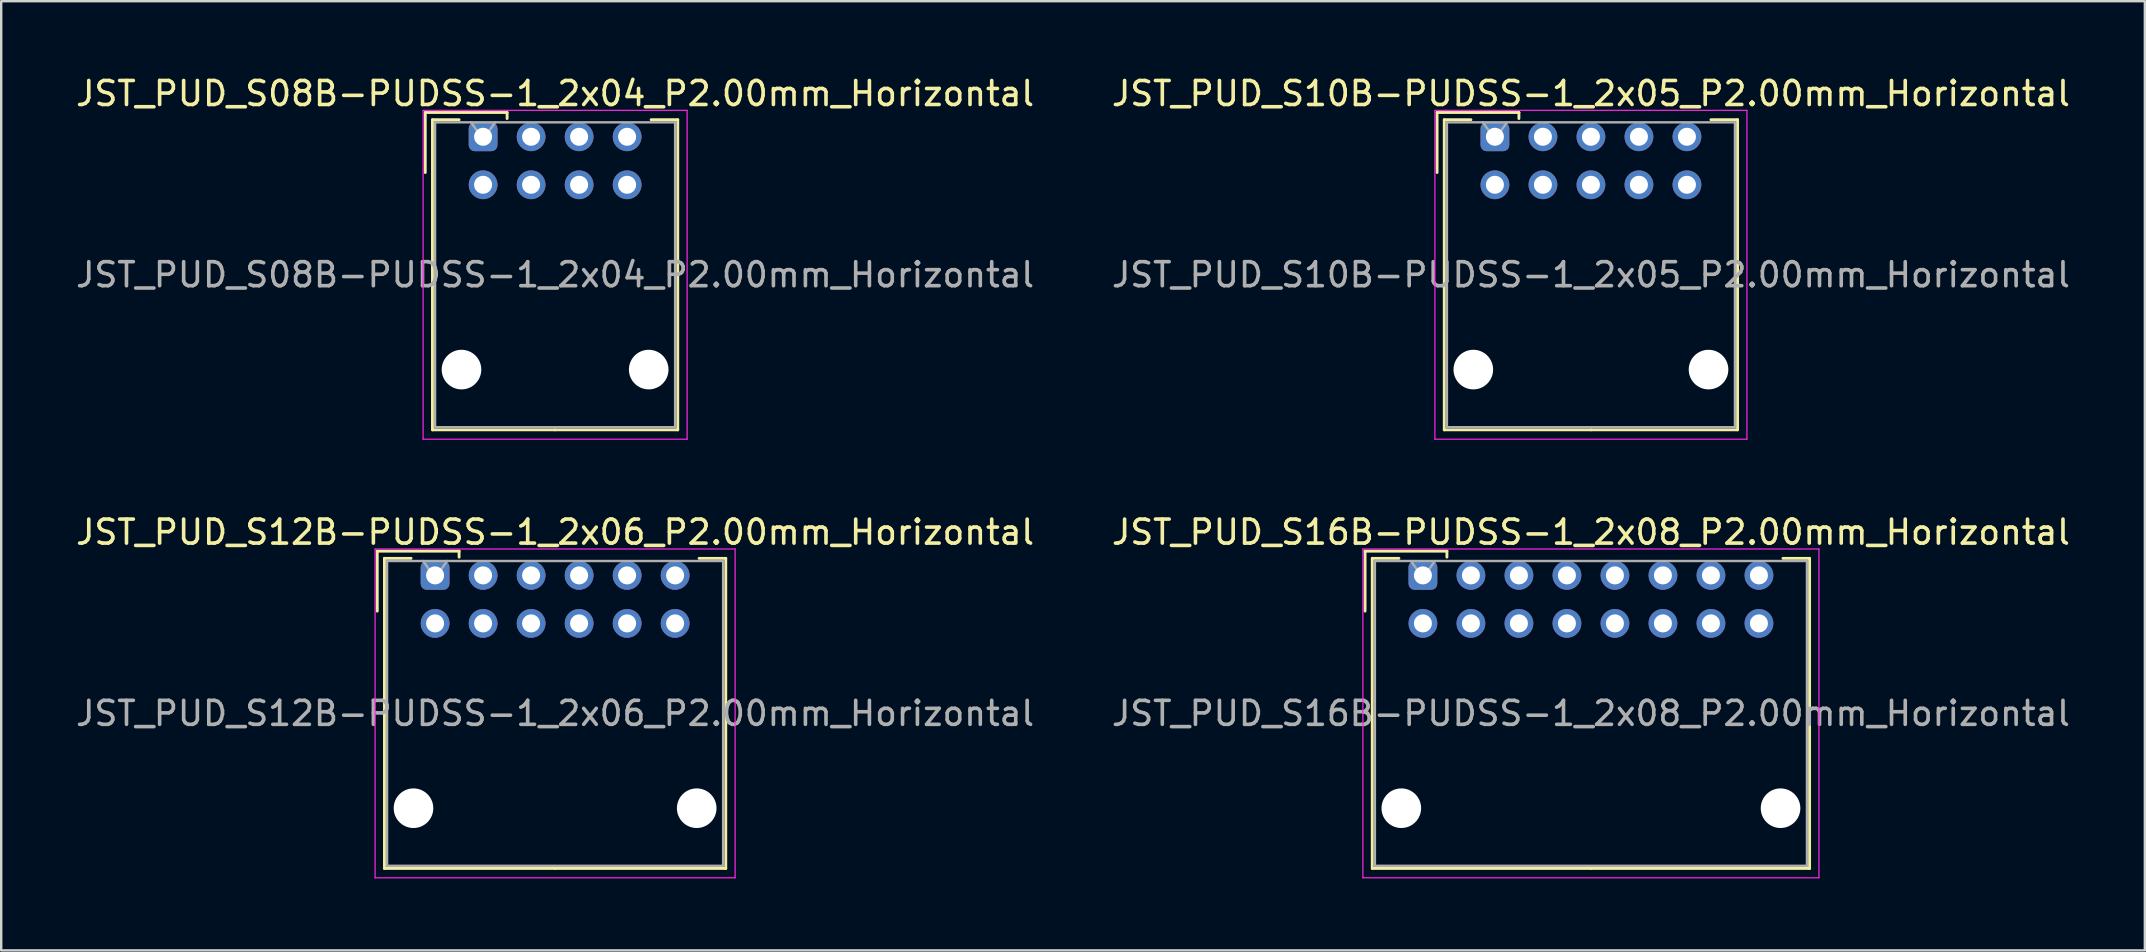
<source format=kicad_pcb>
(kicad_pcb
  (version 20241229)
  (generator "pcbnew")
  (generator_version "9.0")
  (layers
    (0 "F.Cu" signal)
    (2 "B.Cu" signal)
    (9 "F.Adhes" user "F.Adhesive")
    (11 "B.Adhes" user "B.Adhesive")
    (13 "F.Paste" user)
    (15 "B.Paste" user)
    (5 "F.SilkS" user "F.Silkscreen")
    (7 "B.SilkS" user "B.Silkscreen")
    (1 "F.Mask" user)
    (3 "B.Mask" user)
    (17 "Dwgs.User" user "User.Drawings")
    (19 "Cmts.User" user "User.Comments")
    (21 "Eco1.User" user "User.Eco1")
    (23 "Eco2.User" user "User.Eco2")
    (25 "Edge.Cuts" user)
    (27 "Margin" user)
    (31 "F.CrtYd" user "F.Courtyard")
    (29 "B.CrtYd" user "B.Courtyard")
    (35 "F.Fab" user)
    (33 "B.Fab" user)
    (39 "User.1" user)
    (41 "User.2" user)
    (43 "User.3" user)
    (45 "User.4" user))
  (footprint "JST_PUD_S16B-PUDSS-1_2x08_P2.00mm_Horizontal"
    (layer "F.Cu")
    (at 56.232 20.922)
    (property "Reference" "JST_PUD_S16B-PUDSS-1_2x08_P2.00mm_Horizontal" (at 7 -1.8 0) (layer "F.SilkS") (effects (font (size 1 1) (thickness 0.15))))
    (attr through_hole)
    (fp_line (start -2.41 -1.01) (end -2.41 1.49) (stroke (width 0.12) (type solid)) (layer "F.SilkS"))
    (fp_line (start -2.11 -0.71) (end -2.11 12.21) (stroke (width 0.12) (type solid)) (layer "F.SilkS"))
    (fp_line (start -2.11 12.21) (end 7 12.21) (stroke (width 0.12) (type solid)) (layer "F.SilkS"))
    (fp_line (start -1 -0.71) (end -2.11 -0.71) (stroke (width 0.12) (type solid)) (layer "F.SilkS"))
    (fp_line (start 1 -1.01) (end -2.41 -1.01) (stroke (width 0.12) (type solid)) (layer "F.SilkS"))
    (fp_line (start 1 -0.76) (end 1 -1.01) (stroke (width 0.12) (type solid)) (layer "F.SilkS"))
    (fp_line (start 15 -0.71) (end 16.11 -0.71) (stroke (width 0.12) (type solid)) (layer "F.SilkS"))
    (fp_line (start 16.11 -0.71) (end 16.11 12.21) (stroke (width 0.12) (type solid)) (layer "F.SilkS"))
    (fp_line (start 16.11 12.21) (end 7 12.21) (stroke (width 0.12) (type solid)) (layer "F.SilkS"))
    (fp_line (start -2.5 -1.1) (end -2.5 12.6) (stroke (width 0.05) (type solid)) (layer "F.CrtYd"))
    (fp_line (start -2.5 12.6) (end 16.5 12.6) (stroke (width 0.05) (type solid)) (layer "F.CrtYd"))
    (fp_line (start 16.5 -1.1) (end -2.5 -1.1) (stroke (width 0.05) (type solid)) (layer "F.CrtYd"))
    (fp_line (start 16.5 12.6) (end 16.5 -1.1) (stroke (width 0.05) (type solid)) (layer "F.CrtYd"))
    (fp_line (start -2 -0.6) (end -2 12.1) (stroke (width 0.1) (type solid)) (layer "F.Fab"))
    (fp_line (start -2 12.1) (end 16 12.1) (stroke (width 0.1) (type solid)) (layer "F.Fab"))
    (fp_line (start 0 0.107) (end -0.5 -0.6) (stroke (width 0.1) (type solid)) (layer "F.Fab"))
    (fp_line (start 0.5 -0.6) (end 0 0.107) (stroke (width 0.1) (type solid)) (layer "F.Fab"))
    (fp_line (start 16 -0.6) (end -2 -0.6) (stroke (width 0.1) (type solid)) (layer "F.Fab"))
    (fp_line (start 16 12.1) (end 16 -0.6) (stroke (width 0.1) (type solid)) (layer "F.Fab"))
    (fp_text user "${REFERENCE}" (at 7 5.75 0) (layer "F.Fab") (effects (font (size 1 1) (thickness 0.15))))
    (pad "" np_thru_hole circle (at -0.9 9.7) (size 1.65 1.65) (drill 1.65) (layers "*.Cu" "*.Mask"))
    (pad "" np_thru_hole circle (at 14.9 9.7) (size 1.65 1.65) (drill 1.65) (layers "*.Cu" "*.Mask"))
    (pad "1" thru_hole roundrect (at 0 0) (size 1.2 1.2) (drill 0.75) (layers "*.Cu" "*.Mask") (roundrect_rratio 0.208))
    (pad "2" thru_hole circle (at 0 2) (size 1.2 1.2) (drill 0.75) (layers "*.Cu" "*.Mask"))
    (pad "3" thru_hole circle (at 2 0) (size 1.2 1.2) (drill 0.75) (layers "*.Cu" "*.Mask"))
    (pad "4" thru_hole circle (at 2 2) (size 1.2 1.2) (drill 0.75) (layers "*.Cu" "*.Mask"))
    (pad "5" thru_hole circle (at 4 0) (size 1.2 1.2) (drill 0.75) (layers "*.Cu" "*.Mask"))
    (pad "6" thru_hole circle (at 4 2) (size 1.2 1.2) (drill 0.75) (layers "*.Cu" "*.Mask"))
    (pad "7" thru_hole circle (at 6 0) (size 1.2 1.2) (drill 0.75) (layers "*.Cu" "*.Mask"))
    (pad "8" thru_hole circle (at 6 2) (size 1.2 1.2) (drill 0.75) (layers "*.Cu" "*.Mask"))
    (pad "9" thru_hole circle (at 8 0) (size 1.2 1.2) (drill 0.75) (layers "*.Cu" "*.Mask"))
    (pad "10" thru_hole circle (at 8 2) (size 1.2 1.2) (drill 0.75) (layers "*.Cu" "*.Mask"))
    (pad "11" thru_hole circle (at 10 0) (size 1.2 1.2) (drill 0.75) (layers "*.Cu" "*.Mask"))
    (pad "12" thru_hole circle (at 10 2) (size 1.2 1.2) (drill 0.75) (layers "*.Cu" "*.Mask"))
    (pad "13" thru_hole circle (at 12 0) (size 1.2 1.2) (drill 0.75) (layers "*.Cu" "*.Mask"))
    (pad "14" thru_hole circle (at 12 2) (size 1.2 1.2) (drill 0.75) (layers "*.Cu" "*.Mask"))
    (pad "15" thru_hole circle (at 14 0) (size 1.2 1.2) (drill 0.75) (layers "*.Cu" "*.Mask"))
    (pad "16" thru_hole circle (at 14 2) (size 1.2 1.2) (drill 0.75) (layers "*.Cu" "*.Mask")))
  (footprint "JST_PUD_S08B-PUDSS-1_2x04_P2.00mm_Horizontal"
    (layer "F.Cu")
    (at 17.077 2.648)
    (property "Reference" "JST_PUD_S08B-PUDSS-1_2x04_P2.00mm_Horizontal" (at 3 -1.8 0) (layer "F.SilkS") (effects (font (size 1 1) (thickness 0.15))))
    (attr through_hole)
    (fp_line (start -2.41 -1.01) (end -2.41 1.49) (stroke (width 0.12) (type solid)) (layer "F.SilkS"))
    (fp_line (start -2.11 -0.71) (end -2.11 12.21) (stroke (width 0.12) (type solid)) (layer "F.SilkS"))
    (fp_line (start -2.11 12.21) (end 3 12.21) (stroke (width 0.12) (type solid)) (layer "F.SilkS"))
    (fp_line (start -1 -0.71) (end -2.11 -0.71) (stroke (width 0.12) (type solid)) (layer "F.SilkS"))
    (fp_line (start 1 -1.01) (end -2.41 -1.01) (stroke (width 0.12) (type solid)) (layer "F.SilkS"))
    (fp_line (start 1 -0.76) (end 1 -1.01) (stroke (width 0.12) (type solid)) (layer "F.SilkS"))
    (fp_line (start 7 -0.71) (end 8.11 -0.71) (stroke (width 0.12) (type solid)) (layer "F.SilkS"))
    (fp_line (start 8.11 -0.71) (end 8.11 12.21) (stroke (width 0.12) (type solid)) (layer "F.SilkS"))
    (fp_line (start 8.11 12.21) (end 3 12.21) (stroke (width 0.12) (type solid)) (layer "F.SilkS"))
    (fp_line (start -2.5 -1.1) (end -2.5 12.6) (stroke (width 0.05) (type solid)) (layer "F.CrtYd"))
    (fp_line (start -2.5 12.6) (end 8.5 12.6) (stroke (width 0.05) (type solid)) (layer "F.CrtYd"))
    (fp_line (start 8.5 -1.1) (end -2.5 -1.1) (stroke (width 0.05) (type solid)) (layer "F.CrtYd"))
    (fp_line (start 8.5 12.6) (end 8.5 -1.1) (stroke (width 0.05) (type solid)) (layer "F.CrtYd"))
    (fp_line (start -2 -0.6) (end -2 12.1) (stroke (width 0.1) (type solid)) (layer "F.Fab"))
    (fp_line (start -2 12.1) (end 8 12.1) (stroke (width 0.1) (type solid)) (layer "F.Fab"))
    (fp_line (start 0 0.107) (end -0.5 -0.6) (stroke (width 0.1) (type solid)) (layer "F.Fab"))
    (fp_line (start 0.5 -0.6) (end 0 0.107) (stroke (width 0.1) (type solid)) (layer "F.Fab"))
    (fp_line (start 8 -0.6) (end -2 -0.6) (stroke (width 0.1) (type solid)) (layer "F.Fab"))
    (fp_line (start 8 12.1) (end 8 -0.6) (stroke (width 0.1) (type solid)) (layer "F.Fab"))
    (fp_text user "${REFERENCE}" (at 3 5.75 0) (layer "F.Fab") (effects (font (size 1 1) (thickness 0.15))))
    (pad "" np_thru_hole circle (at -0.9 9.7) (size 1.65 1.65) (drill 1.65) (layers "*.Cu" "*.Mask"))
    (pad "" np_thru_hole circle (at 6.9 9.7) (size 1.65 1.65) (drill 1.65) (layers "*.Cu" "*.Mask"))
    (pad "1" thru_hole roundrect (at 0 0) (size 1.2 1.2) (drill 0.75) (layers "*.Cu" "*.Mask") (roundrect_rratio 0.208))
    (pad "2" thru_hole circle (at 0 2) (size 1.2 1.2) (drill 0.75) (layers "*.Cu" "*.Mask"))
    (pad "3" thru_hole circle (at 2 0) (size 1.2 1.2) (drill 0.75) (layers "*.Cu" "*.Mask"))
    (pad "4" thru_hole circle (at 2 2) (size 1.2 1.2) (drill 0.75) (layers "*.Cu" "*.Mask"))
    (pad "5" thru_hole circle (at 4 0) (size 1.2 1.2) (drill 0.75) (layers "*.Cu" "*.Mask"))
    (pad "6" thru_hole circle (at 4 2) (size 1.2 1.2) (drill 0.75) (layers "*.Cu" "*.Mask"))
    (pad "7" thru_hole circle (at 6 0) (size 1.2 1.2) (drill 0.75) (layers "*.Cu" "*.Mask"))
    (pad "8" thru_hole circle (at 6 2) (size 1.2 1.2) (drill 0.75) (layers "*.Cu" "*.Mask")))
  (footprint "JST_PUD_S12B-PUDSS-1_2x06_P2.00mm_Horizontal"
    (layer "F.Cu")
    (at 15.077 20.922)
    (property "Reference" "JST_PUD_S12B-PUDSS-1_2x06_P2.00mm_Horizontal" (at 5 -1.8 0) (layer "F.SilkS") (effects (font (size 1 1) (thickness 0.15))))
    (attr through_hole)
    (fp_line (start -2.41 -1.01) (end -2.41 1.49) (stroke (width 0.12) (type solid)) (layer "F.SilkS"))
    (fp_line (start -2.11 -0.71) (end -2.11 12.21) (stroke (width 0.12) (type solid)) (layer "F.SilkS"))
    (fp_line (start -2.11 12.21) (end 5 12.21) (stroke (width 0.12) (type solid)) (layer "F.SilkS"))
    (fp_line (start -1 -0.71) (end -2.11 -0.71) (stroke (width 0.12) (type solid)) (layer "F.SilkS"))
    (fp_line (start 1 -1.01) (end -2.41 -1.01) (stroke (width 0.12) (type solid)) (layer "F.SilkS"))
    (fp_line (start 1 -0.76) (end 1 -1.01) (stroke (width 0.12) (type solid)) (layer "F.SilkS"))
    (fp_line (start 11 -0.71) (end 12.11 -0.71) (stroke (width 0.12) (type solid)) (layer "F.SilkS"))
    (fp_line (start 12.11 -0.71) (end 12.11 12.21) (stroke (width 0.12) (type solid)) (layer "F.SilkS"))
    (fp_line (start 12.11 12.21) (end 5 12.21) (stroke (width 0.12) (type solid)) (layer "F.SilkS"))
    (fp_line (start -2.5 -1.1) (end -2.5 12.6) (stroke (width 0.05) (type solid)) (layer "F.CrtYd"))
    (fp_line (start -2.5 12.6) (end 12.5 12.6) (stroke (width 0.05) (type solid)) (layer "F.CrtYd"))
    (fp_line (start 12.5 -1.1) (end -2.5 -1.1) (stroke (width 0.05) (type solid)) (layer "F.CrtYd"))
    (fp_line (start 12.5 12.6) (end 12.5 -1.1) (stroke (width 0.05) (type solid)) (layer "F.CrtYd"))
    (fp_line (start -2 -0.6) (end -2 12.1) (stroke (width 0.1) (type solid)) (layer "F.Fab"))
    (fp_line (start -2 12.1) (end 12 12.1) (stroke (width 0.1) (type solid)) (layer "F.Fab"))
    (fp_line (start 0 0.107) (end -0.5 -0.6) (stroke (width 0.1) (type solid)) (layer "F.Fab"))
    (fp_line (start 0.5 -0.6) (end 0 0.107) (stroke (width 0.1) (type solid)) (layer "F.Fab"))
    (fp_line (start 12 -0.6) (end -2 -0.6) (stroke (width 0.1) (type solid)) (layer "F.Fab"))
    (fp_line (start 12 12.1) (end 12 -0.6) (stroke (width 0.1) (type solid)) (layer "F.Fab"))
    (fp_text user "${REFERENCE}" (at 5 5.75 0) (layer "F.Fab") (effects (font (size 1 1) (thickness 0.15))))
    (pad "" np_thru_hole circle (at -0.9 9.7) (size 1.65 1.65) (drill 1.65) (layers "*.Cu" "*.Mask"))
    (pad "" np_thru_hole circle (at 10.9 9.7) (size 1.65 1.65) (drill 1.65) (layers "*.Cu" "*.Mask"))
    (pad "1" thru_hole roundrect (at 0 0) (size 1.2 1.2) (drill 0.75) (layers "*.Cu" "*.Mask") (roundrect_rratio 0.208))
    (pad "2" thru_hole circle (at 0 2) (size 1.2 1.2) (drill 0.75) (layers "*.Cu" "*.Mask"))
    (pad "3" thru_hole circle (at 2 0) (size 1.2 1.2) (drill 0.75) (layers "*.Cu" "*.Mask"))
    (pad "4" thru_hole circle (at 2 2) (size 1.2 1.2) (drill 0.75) (layers "*.Cu" "*.Mask"))
    (pad "5" thru_hole circle (at 4 0) (size 1.2 1.2) (drill 0.75) (layers "*.Cu" "*.Mask"))
    (pad "6" thru_hole circle (at 4 2) (size 1.2 1.2) (drill 0.75) (layers "*.Cu" "*.Mask"))
    (pad "7" thru_hole circle (at 6 0) (size 1.2 1.2) (drill 0.75) (layers "*.Cu" "*.Mask"))
    (pad "8" thru_hole circle (at 6 2) (size 1.2 1.2) (drill 0.75) (layers "*.Cu" "*.Mask"))
    (pad "9" thru_hole circle (at 8 0) (size 1.2 1.2) (drill 0.75) (layers "*.Cu" "*.Mask"))
    (pad "10" thru_hole circle (at 8 2) (size 1.2 1.2) (drill 0.75) (layers "*.Cu" "*.Mask"))
    (pad "11" thru_hole circle (at 10 0) (size 1.2 1.2) (drill 0.75) (layers "*.Cu" "*.Mask"))
    (pad "12" thru_hole circle (at 10 2) (size 1.2 1.2) (drill 0.75) (layers "*.Cu" "*.Mask")))
  (footprint "JST_PUD_S10B-PUDSS-1_2x05_P2.00mm_Horizontal"
    (layer "F.Cu")
    (at 59.232 2.648)
    (property "Reference" "JST_PUD_S10B-PUDSS-1_2x05_P2.00mm_Horizontal" (at 4 -1.8 0) (layer "F.SilkS") (effects (font (size 1 1) (thickness 0.15))))
    (attr through_hole)
    (fp_line (start -2.41 -1.01) (end -2.41 1.49) (stroke (width 0.12) (type solid)) (layer "F.SilkS"))
    (fp_line (start -2.11 -0.71) (end -2.11 12.21) (stroke (width 0.12) (type solid)) (layer "F.SilkS"))
    (fp_line (start -2.11 12.21) (end 4 12.21) (stroke (width 0.12) (type solid)) (layer "F.SilkS"))
    (fp_line (start -1 -0.71) (end -2.11 -0.71) (stroke (width 0.12) (type solid)) (layer "F.SilkS"))
    (fp_line (start 1 -1.01) (end -2.41 -1.01) (stroke (width 0.12) (type solid)) (layer "F.SilkS"))
    (fp_line (start 1 -0.76) (end 1 -1.01) (stroke (width 0.12) (type solid)) (layer "F.SilkS"))
    (fp_line (start 9 -0.71) (end 10.11 -0.71) (stroke (width 0.12) (type solid)) (layer "F.SilkS"))
    (fp_line (start 10.11 -0.71) (end 10.11 12.21) (stroke (width 0.12) (type solid)) (layer "F.SilkS"))
    (fp_line (start 10.11 12.21) (end 4 12.21) (stroke (width 0.12) (type solid)) (layer "F.SilkS"))
    (fp_line (start -2.5 -1.1) (end -2.5 12.6) (stroke (width 0.05) (type solid)) (layer "F.CrtYd"))
    (fp_line (start -2.5 12.6) (end 10.5 12.6) (stroke (width 0.05) (type solid)) (layer "F.CrtYd"))
    (fp_line (start 10.5 -1.1) (end -2.5 -1.1) (stroke (width 0.05) (type solid)) (layer "F.CrtYd"))
    (fp_line (start 10.5 12.6) (end 10.5 -1.1) (stroke (width 0.05) (type solid)) (layer "F.CrtYd"))
    (fp_line (start -2 -0.6) (end -2 12.1) (stroke (width 0.1) (type solid)) (layer "F.Fab"))
    (fp_line (start -2 12.1) (end 10 12.1) (stroke (width 0.1) (type solid)) (layer "F.Fab"))
    (fp_line (start 0 0.107) (end -0.5 -0.6) (stroke (width 0.1) (type solid)) (layer "F.Fab"))
    (fp_line (start 0.5 -0.6) (end 0 0.107) (stroke (width 0.1) (type solid)) (layer "F.Fab"))
    (fp_line (start 10 -0.6) (end -2 -0.6) (stroke (width 0.1) (type solid)) (layer "F.Fab"))
    (fp_line (start 10 12.1) (end 10 -0.6) (stroke (width 0.1) (type solid)) (layer "F.Fab"))
    (fp_text user "${REFERENCE}" (at 4 5.75 0) (layer "F.Fab") (effects (font (size 1 1) (thickness 0.15))))
    (pad "" np_thru_hole circle (at -0.9 9.7) (size 1.65 1.65) (drill 1.65) (layers "*.Cu" "*.Mask"))
    (pad "" np_thru_hole circle (at 8.9 9.7) (size 1.65 1.65) (drill 1.65) (layers "*.Cu" "*.Mask"))
    (pad "1" thru_hole roundrect (at 0 0) (size 1.2 1.2) (drill 0.75) (layers "*.Cu" "*.Mask") (roundrect_rratio 0.208))
    (pad "2" thru_hole circle (at 0 2) (size 1.2 1.2) (drill 0.75) (layers "*.Cu" "*.Mask"))
    (pad "3" thru_hole circle (at 2 0) (size 1.2 1.2) (drill 0.75) (layers "*.Cu" "*.Mask"))
    (pad "4" thru_hole circle (at 2 2) (size 1.2 1.2) (drill 0.75) (layers "*.Cu" "*.Mask"))
    (pad "5" thru_hole circle (at 4 0) (size 1.2 1.2) (drill 0.75) (layers "*.Cu" "*.Mask"))
    (pad "6" thru_hole circle (at 4 2) (size 1.2 1.2) (drill 0.75) (layers "*.Cu" "*.Mask"))
    (pad "7" thru_hole circle (at 6 0) (size 1.2 1.2) (drill 0.75) (layers "*.Cu" "*.Mask"))
    (pad "8" thru_hole circle (at 6 2) (size 1.2 1.2) (drill 0.75) (layers "*.Cu" "*.Mask"))
    (pad "9" thru_hole circle (at 8 0) (size 1.2 1.2) (drill 0.75) (layers "*.Cu" "*.Mask"))
    (pad "10" thru_hole circle (at 8 2) (size 1.2 1.2) (drill 0.75) (layers "*.Cu" "*.Mask")))
  (gr_rect
    (start -3 -3)
    (end 86.31 36.547)
    (stroke (width 0.1) (type default))
    (fill no)
    (layer "Edge.Cuts")))
</source>
